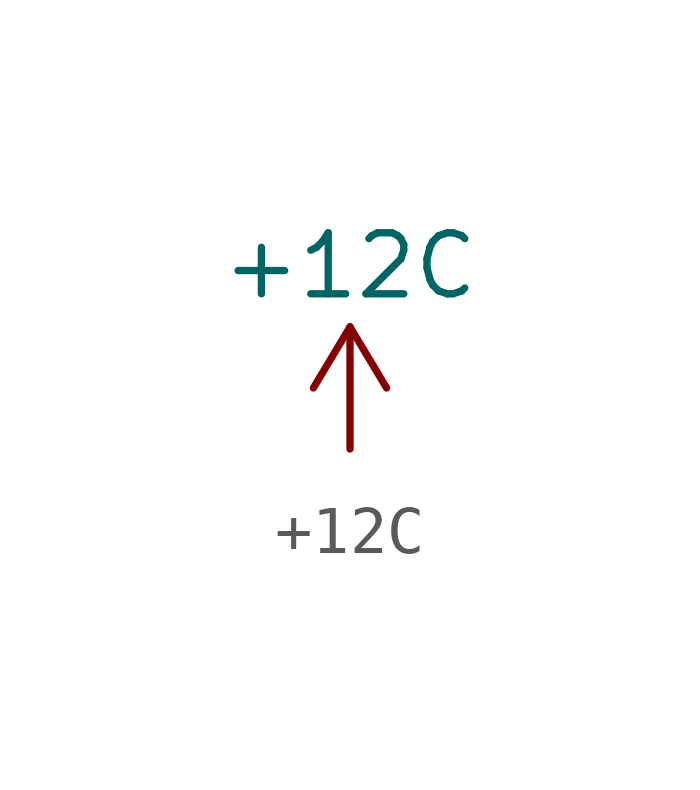
<source format=kicad_sym>
(kicad_symbol_lib
  (version 20211014)
  (generator kicad_symbol_editor)
  (symbol "power1:+12C"
    (power)
    (pin_names
      (offset 0))
    (property "Reference" "#PWR"
      (at 0 -3.81 0)
      (effects (font (size 1.27 1.27)) hide))
    (property "Value" "+12C"
      (at 0 3.81 0)
      (effects (font (size 1.27 1.27))))
    (symbol "+12C_0_1"
      (polyline (pts (xy -0.762 1.27) (xy 0 2.54)) (stroke (width 0) (type default) (color 0 0 0 0)) (fill (type none)))
      (polyline (pts (xy 0 0) (xy 0 2.54)) (stroke (width 0) (type default) (color 0 0 0 0)) (fill (type none)))
      (polyline (pts (xy 0 2.54) (xy 0.762 1.27)) (stroke (width 0) (type default) (color 0 0 0 0)) (fill (type none))))
    (symbol "+12C_1_1"
      (pin power_in line (at 0 0 90) (length 0) hide (name "+12C" (effects (font (size 1.27 1.27)))) (number "1" (effects (font (size 1.27 1.27))))))))
</source>
